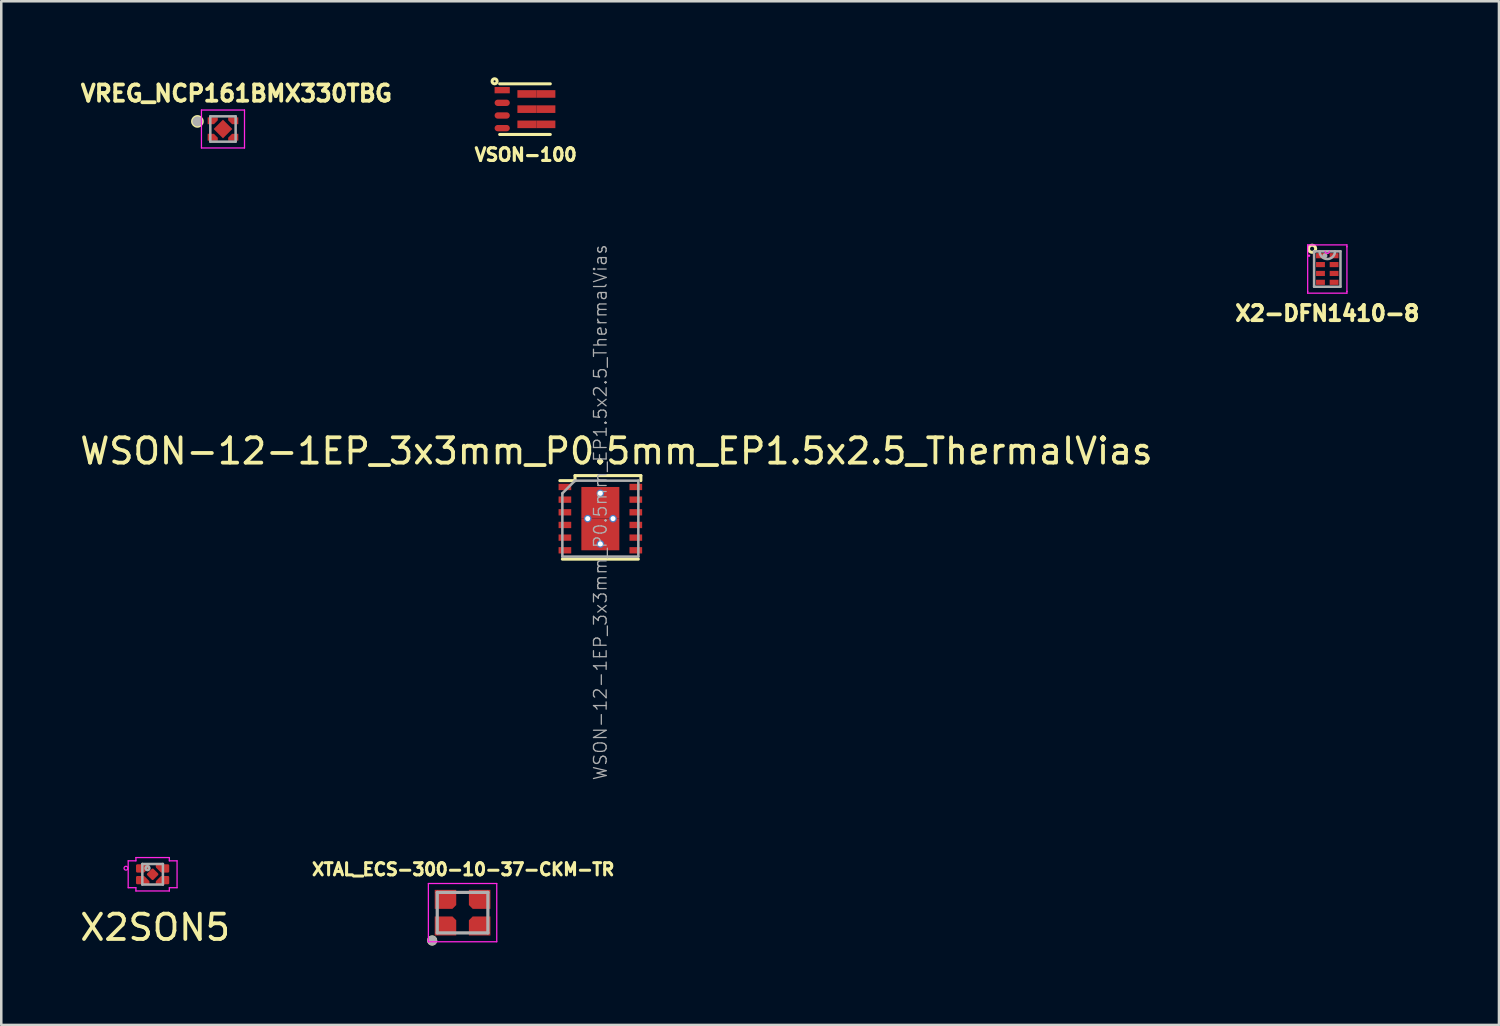
<source format=kicad_pcb>
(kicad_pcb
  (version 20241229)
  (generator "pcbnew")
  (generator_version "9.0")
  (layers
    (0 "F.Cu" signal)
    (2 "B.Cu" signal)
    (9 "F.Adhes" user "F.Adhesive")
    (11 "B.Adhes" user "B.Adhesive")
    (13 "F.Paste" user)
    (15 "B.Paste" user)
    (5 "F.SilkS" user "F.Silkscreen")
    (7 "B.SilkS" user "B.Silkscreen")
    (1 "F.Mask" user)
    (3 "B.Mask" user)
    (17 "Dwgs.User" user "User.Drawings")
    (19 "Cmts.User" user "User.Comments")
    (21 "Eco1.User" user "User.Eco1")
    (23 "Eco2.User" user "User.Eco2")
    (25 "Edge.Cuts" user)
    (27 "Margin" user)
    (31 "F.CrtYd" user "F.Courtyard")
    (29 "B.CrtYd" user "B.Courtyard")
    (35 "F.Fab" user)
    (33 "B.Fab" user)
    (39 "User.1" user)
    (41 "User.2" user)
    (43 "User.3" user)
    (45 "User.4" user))
  (footprint "X2SON5"
    (layer "F.Cu")
    (at 2.977 31.474)
    (property "Reference" "X2SON5" (at 0.1 2.1 0) (layer "F.SilkS") (effects (font (size 1 1) (thickness 0.15))))
    (fp_poly (pts (xy 0 -0.177) (xy -0.177 0) (xy 0 0.177) (xy 0.177 0)) (stroke (width 0.1) (type solid)) (fill yes) (layer "F.Cu"))
    (fp_poly (pts (xy -0.606 -0.345) (xy -0.606 -0.117) (xy -0.352 -0.117) (xy -0.174 -0.295) (xy -0.174 -0.345)) (stroke (width 0.1) (type solid)) (fill yes) (layer "F.Cu"))
    (fp_poly (pts (xy -0.606 0.117) (xy -0.606 0.345) (xy -0.174 0.345) (xy -0.174 0.295) (xy -0.352 0.117)) (stroke (width 0.1) (type solid)) (fill yes) (layer "F.Cu"))
    (fp_poly (pts (xy 0.174 -0.345) (xy 0.174 -0.295) (xy 0.352 -0.117) (xy 0.606 -0.117) (xy 0.606 -0.345)) (stroke (width 0.1) (type solid)) (fill yes) (layer "F.Cu"))
    (fp_poly (pts (xy 0.606 0.117) (xy 0.606 0.345) (xy 0.174 0.345) (xy 0.174 0.295) (xy 0.352 0.117)) (stroke (width 0.1) (type solid)) (fill yes) (layer "F.Cu"))
    (fp_poly (pts (xy 0 -0.227) (xy -0.227 0) (xy 0 0.227) (xy 0.227 0)) (stroke (width 0.1) (type solid)) (fill yes) (layer "F.Mask"))
    (fp_poly (pts (xy -0.656 -0.395) (xy -0.656 -0.067) (xy -0.327 -0.067) (xy -0.124 -0.27) (xy -0.124 -0.395)) (stroke (width 0.1) (type solid)) (fill yes) (layer "F.Mask"))
    (fp_poly (pts (xy -0.656 0.067) (xy -0.656 0.395) (xy -0.124 0.395) (xy -0.124 0.27) (xy -0.327 0.067)) (stroke (width 0.1) (type solid)) (fill yes) (layer "F.Mask"))
    (fp_poly (pts (xy 0.124 -0.395) (xy 0.124 -0.27) (xy 0.327 -0.067) (xy 0.656 -0.067) (xy 0.656 -0.395)) (stroke (width 0.1) (type solid)) (fill yes) (layer "F.Mask"))
    (fp_poly (pts (xy 0.656 0.067) (xy 0.656 0.395) (xy 0.124 0.395) (xy 0.124 0.27) (xy 0.327 0.067)) (stroke (width 0.1) (type solid)) (fill yes) (layer "F.Mask"))
    (fp_poly (pts (xy 0 -0.177) (xy -0.177 0) (xy 0 0.177) (xy 0.177 0)) (stroke (width 0.1) (type solid)) (fill yes) (layer "F.Paste"))
    (fp_poly (pts (xy -0.606 -0.345) (xy -0.606 -0.117) (xy -0.352 -0.117) (xy -0.174 -0.295) (xy -0.174 -0.345)) (stroke (width 0.1) (type solid)) (fill yes) (layer "F.Paste"))
    (fp_poly (pts (xy -0.606 0.117) (xy -0.606 0.345) (xy -0.174 0.345) (xy -0.174 0.295) (xy -0.352 0.117)) (stroke (width 0.1) (type solid)) (fill yes) (layer "F.Paste"))
    (fp_poly (pts (xy 0.174 -0.345) (xy 0.174 -0.295) (xy 0.352 -0.117) (xy 0.606 -0.117) (xy 0.606 -0.345)) (stroke (width 0.1) (type solid)) (fill yes) (layer "F.Paste"))
    (fp_poly (pts (xy 0.606 0.117) (xy 0.606 0.345) (xy 0.174 0.345) (xy 0.174 0.295) (xy 0.352 0.117)) (stroke (width 0.1) (type solid)) (fill yes) (layer "F.Paste"))
    (fp_line (start -0.965 -0.531) (end -0.66 -0.531) (stroke (width 0.05) (type solid)) (layer "F.CrtYd"))
    (fp_line (start -0.965 0.531) (end -0.965 -0.531) (stroke (width 0.05) (type solid)) (layer "F.CrtYd"))
    (fp_line (start -0.66 -0.66) (end 0.66 -0.66) (stroke (width 0.05) (type solid)) (layer "F.CrtYd"))
    (fp_line (start -0.66 -0.531) (end -0.66 -0.66) (stroke (width 0.05) (type solid)) (layer "F.CrtYd"))
    (fp_line (start -0.66 0.531) (end -0.965 0.531) (stroke (width 0.05) (type solid)) (layer "F.CrtYd"))
    (fp_line (start -0.66 0.66) (end -0.66 0.531) (stroke (width 0.05) (type solid)) (layer "F.CrtYd"))
    (fp_line (start 0.66 -0.66) (end 0.66 -0.531) (stroke (width 0.05) (type solid)) (layer "F.CrtYd"))
    (fp_line (start 0.66 -0.531) (end 0.965 -0.531) (stroke (width 0.05) (type solid)) (layer "F.CrtYd"))
    (fp_line (start 0.66 0.531) (end 0.66 0.66) (stroke (width 0.05) (type solid)) (layer "F.CrtYd"))
    (fp_line (start 0.66 0.66) (end -0.66 0.66) (stroke (width 0.05) (type solid)) (layer "F.CrtYd"))
    (fp_line (start 0.965 -0.531) (end 0.965 0.531) (stroke (width 0.05) (type solid)) (layer "F.CrtYd"))
    (fp_line (start 0.965 0.531) (end 0.66 0.531) (stroke (width 0.05) (type solid)) (layer "F.CrtYd"))
    (fp_circle (center -1.053 -0.24) (end -0.977 -0.24) (stroke (width 0.05) (type solid)) (fill no) (layer "F.CrtYd"))
    (fp_line (start -0.406 -0.406) (end -0.406 0.406) (stroke (width 0.1) (type solid)) (layer "F.Fab"))
    (fp_line (start -0.406 0.406) (end 0.406 0.406) (stroke (width 0.1) (type solid)) (layer "F.Fab"))
    (fp_line (start 0.406 -0.406) (end -0.406 -0.406) (stroke (width 0.1) (type solid)) (layer "F.Fab"))
    (fp_line (start 0.406 0.406) (end 0.406 -0.406) (stroke (width 0.1) (type solid)) (layer "F.Fab"))
    (fp_circle (center -0.203 -0.24) (end -0.127 -0.24) (stroke (width 0.1) (type solid)) (fill no) (layer "F.Fab"))
    (pad "1" smd rect (at -0.394 -0.24) (size 0.025 0.025) (layers "F.Cu" "F.Mask" "F.Paste"))
    (pad "2" smd rect (at -0.394 0.24) (size 0.025 0.025) (layers "F.Cu" "F.Mask" "F.Paste"))
    (pad "3" smd rect (at 0 0 45) (size 0.025 0.025) (layers "F.Cu" "F.Mask" "F.Paste"))
    (pad "4" smd rect (at 0.394 0.24) (size 0.025 0.025) (layers "F.Cu" "F.Mask" "F.Paste"))
    (pad "5" smd rect (at 0.394 -0.24) (size 0.025 0.025) (layers "F.Cu" "F.Mask" "F.Paste")))
  (footprint "VREG_NCP161BMX330TBG"
    (layer "F.Cu")
    (at 5.755 2.044)
    (property "Reference" "VREG_NCP161BMX330TBG" (at 0.532 -1.406 0) (layer "F.SilkS") (effects (font (size 0.64 0.64) (thickness 0.15))))
    (attr smd)
    (fp_circle (center -1.01 -0.3) (end -0.86 -0.3) (stroke (width 0.2) (type solid)) (fill no) (layer "F.SilkS"))
    (fp_poly (pts (xy -0.6 -0.455) (xy -0.21 -0.455) (xy -0.21 -0.345) (xy -0.36 -0.195) (xy -0.6 -0.195)) (stroke (width 0.01) (type solid)) (fill yes) (layer "F.Paste"))
    (fp_poly (pts (xy -0.6 0.455) (xy -0.21 0.455) (xy -0.21 0.345) (xy -0.36 0.195) (xy -0.6 0.195)) (stroke (width 0.01) (type solid)) (fill yes) (layer "F.Paste"))
    (fp_poly (pts (xy 0.6 -0.455) (xy 0.21 -0.455) (xy 0.21 -0.345) (xy 0.36 -0.195) (xy 0.6 -0.195)) (stroke (width 0.01) (type solid)) (fill yes) (layer "F.Paste"))
    (fp_poly (pts (xy 0.6 0.455) (xy 0.21 0.455) (xy 0.21 0.345) (xy 0.36 0.195) (xy 0.6 0.195)) (stroke (width 0.01) (type solid)) (fill yes) (layer "F.Paste"))
    (fp_line (start -0.85 -0.75) (end 0.85 -0.75) (stroke (width 0.05) (type solid)) (layer "F.CrtYd"))
    (fp_line (start -0.85 0.75) (end -0.85 -0.75) (stroke (width 0.05) (type solid)) (layer "F.CrtYd"))
    (fp_line (start 0.85 -0.75) (end 0.85 0.75) (stroke (width 0.05) (type solid)) (layer "F.CrtYd"))
    (fp_line (start 0.85 0.75) (end -0.85 0.75) (stroke (width 0.05) (type solid)) (layer "F.CrtYd"))
    (fp_line (start -0.5 -0.5) (end -0.5 0.5) (stroke (width 0.1) (type solid)) (layer "F.Fab"))
    (fp_line (start -0.5 0.5) (end 0.5 0.5) (stroke (width 0.1) (type solid)) (layer "F.Fab"))
    (fp_line (start 0.5 -0.5) (end -0.5 -0.5) (stroke (width 0.1) (type solid)) (layer "F.Fab"))
    (fp_line (start 0.5 0.5) (end 0.5 -0.5) (stroke (width 0.1) (type solid)) (layer "F.Fab"))
    (fp_circle (center -1.01 -0.3) (end -0.91 -0.3) (stroke (width 0.2) (type solid)) (fill no) (layer "F.Fab"))
    (pad "1" smd custom (at -0.405 -0.325) (size 0.1 0.1) (layers "F.Cu" "F.Paste") (options (anchor rect)) (primitives (gr_poly (pts (xy -0.195 -0.13) (xy 0.195 -0.13) (xy 0.195 -0.02) (xy 0.045 0.13) (xy -0.195 0.13)) (width 0.01) (fill yes))))
    (pad "2" smd custom (at -0.405 0.325) (size 0.1 0.1) (layers "F.Cu" "F.Paste") (options (anchor rect)) (primitives (gr_poly (pts (xy -0.195 0.13) (xy 0.195 0.13) (xy 0.195 0.02) (xy 0.045 -0.13) (xy -0.195 -0.13)) (width 0.01) (fill yes))))
    (pad "3" smd custom (at 0.405 0.325) (size 0.1 0.1) (layers "F.Cu" "F.Paste") (options (anchor rect)) (primitives (gr_poly (pts (xy 0.195 0.13) (xy -0.195 0.13) (xy -0.195 0.02) (xy -0.045 -0.13) (xy 0.195 -0.13)) (width 0.01) (fill yes))))
    (pad "4" smd custom (at 0.405 -0.325) (size 0.1 0.1) (layers "F.Cu" "F.Paste") (options (anchor rect)) (primitives (gr_poly (pts (xy 0.195 -0.13) (xy -0.195 -0.13) (xy -0.195 -0.02) (xy -0.045 0.13) (xy 0.195 0.13)) (width 0.01) (fill yes))))
    (pad "5" smd rect (at 0 0 45) (size 0.52 0.52) (layers "F.Cu" "F.Paste")))
  (footprint "VSON-100"
    (layer "F.Cu")
    (at 17.681 1.26)
    (property "Reference" "VSON-100" (at 0.03 1.8 0) (layer "F.SilkS") (effects (font (size 0.5 0.5) (thickness 0.125))))
    (attr smd)
    (fp_line (start -1 -1) (end 1 -1) (stroke (width 0.12) (type solid)) (layer "F.SilkS"))
    (fp_line (start 1 1) (end -1 1) (stroke (width 0.12) (type solid)) (layer "F.SilkS"))
    (fp_circle (center -1.2 -1.1) (end -1.1 -1.1) (stroke (width 0.12) (type solid)) (fill no) (layer "F.SilkS"))
    (fp_line (start -1 -0.7) (end -0.7 -1) (stroke (width 0.12) (type solid)) (layer "Eco2.User"))
    (fp_line (start -1 1) (end -1 -0.7) (stroke (width 0.12) (type solid)) (layer "Eco2.User"))
    (fp_line (start -0.7 -1) (end 1 -1) (stroke (width 0.12) (type solid)) (layer "Eco2.User"))
    (fp_line (start 1 -1) (end 1 1) (stroke (width 0.12) (type solid)) (layer "Eco2.User"))
    (fp_line (start 1 1) (end -1 1) (stroke (width 0.12) (type solid)) (layer "Eco2.User"))
    (pad "1" smd rect (at -0.9 -0.75) (size 0.6 0.25) (layers "F.Cu" "F.Mask" "F.Paste"))
    (pad "2" smd oval (at -0.9 -0.25) (size 0.6 0.25) (layers "F.Cu" "F.Mask" "F.Paste"))
    (pad "3" smd oval (at -0.9 0.25) (size 0.6 0.25) (layers "F.Cu" "F.Mask" "F.Paste"))
    (pad "4" smd oval (at -0.9 0.75) (size 0.6 0.25) (layers "F.Cu" "F.Mask" "F.Paste"))
    (pad "5" smd rect (at 0.075 0.6) (size 0.75 0.3) (layers "F.Cu" "F.Mask" "F.Paste"))
    (pad "5" smd rect (at 0.825 0.6) (size 0.75 0.3) (layers "F.Cu" "F.Mask" "F.Paste"))
    (pad "6" smd rect (at 0.075 0) (size 0.75 0.3) (layers "F.Cu" "F.Mask" "F.Paste"))
    (pad "6" smd rect (at 0.825 0) (size 0.75 0.3) (layers "F.Cu" "F.Mask" "F.Paste"))
    (pad "7" smd rect (at 0.075 -0.6) (size 0.75 0.3) (layers "F.Cu" "F.Mask" "F.Paste"))
    (pad "7" smd rect (at 0.825 -0.6) (size 0.75 0.3) (layers "F.Cu" "F.Mask" "F.Paste")))
  (footprint "XTAL_ECS-300-10-37-CKM-TR"
    (layer "F.Cu")
    (at 15.216 32.989)
    (property "Reference" "XTAL_ECS-300-10-37-CKM-TR" (at 0.024 -1.708 0) (layer "F.SilkS") (effects (font (size 0.481 0.481) (thickness 0.12))))
    (attr smd)
    (fp_circle (center -1.2 1.1) (end -1.1 1.1) (stroke (width 0.2) (type solid)) (fill no) (layer "F.SilkS"))
    (fp_line (start -1.35 -1.15) (end -1.35 1.15) (stroke (width 0.05) (type solid)) (layer "F.CrtYd"))
    (fp_line (start -1.35 1.15) (end 1.35 1.15) (stroke (width 0.05) (type solid)) (layer "F.CrtYd"))
    (fp_line (start 1.35 -1.15) (end -1.35 -1.15) (stroke (width 0.05) (type solid)) (layer "F.CrtYd"))
    (fp_line (start 1.35 1.15) (end 1.35 -1.15) (stroke (width 0.05) (type solid)) (layer "F.CrtYd"))
    (fp_line (start -1 -0.8) (end -1 0.8) (stroke (width 0.127) (type solid)) (layer "F.Fab"))
    (fp_line (start -1 0.8) (end 1 0.8) (stroke (width 0.127) (type solid)) (layer "F.Fab"))
    (fp_line (start 1 -0.8) (end -1 -0.8) (stroke (width 0.127) (type solid)) (layer "F.Fab"))
    (fp_line (start 1 0.8) (end 1 -0.8) (stroke (width 0.127) (type solid)) (layer "F.Fab"))
    (fp_circle (center -1.2 1.1) (end -1.1 1.1) (stroke (width 0.2) (type solid)) (fill no) (layer "F.Fab"))
    (pad "1" smd roundrect (at -0.675 0.525) (size 0.85 0.75) (layers "F.Cu" "F.Mask" "F.Paste") (roundrect_rratio 0) (chamfer_ratio 0.2) (chamfer top_right))
    (pad "2" smd roundrect (at 0.675 0.525) (size 0.85 0.75) (layers "F.Cu" "F.Mask" "F.Paste") (roundrect_rratio 0) (chamfer_ratio 0.2) (chamfer top_left))
    (pad "3" smd roundrect (at 0.675 -0.525) (size 0.85 0.75) (layers "F.Cu" "F.Mask" "F.Paste") (roundrect_rratio 0) (chamfer_ratio 0.2) (chamfer bottom_left))
    (pad "4" smd roundrect (at -0.675 -0.525) (size 0.85 0.75) (layers "F.Cu" "F.Mask" "F.Paste") (roundrect_rratio 0) (chamfer_ratio 0.2) (chamfer bottom_right)))
  (footprint "WSON-12-1EP_3x3mm_P0.5mm_EP1.5x2.5_ThermalVias"
    (layer "F.Cu")
    (at 20.657 17.43)
    (property "Reference" "WSON-12-1EP_3x3mm_P0.5mm_EP1.5x2.5_ThermalVias" (at 0.635 -2.667 0) (layer "F.SilkS") (effects (font (size 1 1) (thickness 0.15))))
    (attr smd)
    (fp_line (start -1 -1.7) (end -1 -1.5) (stroke (width 0.12) (type solid)) (layer "F.SilkS"))
    (fp_line (start -1 -1.7) (end 1.6 -1.7) (stroke (width 0.12) (type solid)) (layer "F.SilkS"))
    (fp_line (start -1 -1.5) (end -1.6 -1.5) (stroke (width 0.12) (type solid)) (layer "F.SilkS"))
    (fp_line (start 1.5 1.6) (end -1.5 1.6) (stroke (width 0.12) (type solid)) (layer "F.SilkS"))
    (fp_line (start 1.6 -1.7) (end 1.6 -1.5) (stroke (width 0.12) (type solid)) (layer "F.SilkS"))
    (fp_line (start -1.5 -1) (end -1 -1.5) (stroke (width 0.1) (type solid)) (layer "F.Fab"))
    (fp_line (start -1.5 1.5) (end -1.5 -1) (stroke (width 0.1) (type solid)) (layer "F.Fab"))
    (fp_line (start -1 -1.5) (end 1.5 -1.5) (stroke (width 0.1) (type solid)) (layer "F.Fab"))
    (fp_line (start 1.5 -1.5) (end 1.5 1.5) (stroke (width 0.1) (type solid)) (layer "F.Fab"))
    (fp_line (start 1.5 1.5) (end -1.5 1.5) (stroke (width 0.1) (type solid)) (layer "F.Fab"))
    (fp_text user "${REFERENCE}" (at 0 -0.25 90) (layer "F.Fab") (effects (font (size 0.5 0.5) (thickness 0.05))))
    (pad "1" smd rect (at -1.4 -1.25) (size 0.5 0.25) (layers "F.Cu" "F.Mask" "F.Paste"))
    (pad "2" smd rect (at -1.4 -0.75) (size 0.5 0.25) (layers "F.Cu" "F.Mask" "F.Paste"))
    (pad "3" smd rect (at -1.4 -0.25) (size 0.5 0.25) (layers "F.Cu" "F.Mask" "F.Paste"))
    (pad "4" smd rect (at -1.4 0.25) (size 0.5 0.25) (layers "F.Cu" "F.Mask" "F.Paste"))
    (pad "5" smd rect (at -1.4 0.75) (size 0.5 0.25) (layers "F.Cu" "F.Mask" "F.Paste"))
    (pad "6" smd rect (at -1.4 1.25) (size 0.5 0.25) (layers "F.Cu" "F.Mask" "F.Paste"))
    (pad "7" smd rect (at 1.4 1.25) (size 0.5 0.25) (layers "F.Cu" "F.Mask" "F.Paste"))
    (pad "8" smd rect (at 1.4 0.75) (size 0.5 0.25) (layers "F.Cu" "F.Mask" "F.Paste"))
    (pad "9" smd rect (at 1.4 0.25) (size 0.5 0.25) (layers "F.Cu" "F.Mask" "F.Paste"))
    (pad "10" smd rect (at 1.4 -0.25) (size 0.5 0.25) (layers "F.Cu" "F.Mask" "F.Paste"))
    (pad "11" smd rect (at 1.4 -0.75) (size 0.5 0.25) (layers "F.Cu" "F.Mask" "F.Paste"))
    (pad "12" smd rect (at 1.4 -1.25) (size 0.5 0.25) (layers "F.Cu" "F.Mask" "F.Paste"))
    (pad "13" thru_hole circle (at -0.5 0) (size 0.3 0.3) (drill 0.2) (layers "*.Cu"))
    (pad "13" thru_hole circle (at 0 -1 90) (size 0.3 0.3) (drill 0.2) (layers "*.Cu"))
    (pad "13" smd rect (at 0 -0.625) (size 1.5 1.25) (layers "F.Cu" "F.Mask" "F.Paste"))
    (pad "13" smd rect (at 0 0.625) (size 1.5 1.25) (layers "F.Cu" "F.Mask" "F.Paste"))
    (pad "13" thru_hole circle (at 0 1) (size 0.3 0.3) (drill 0.2) (layers "*.Cu"))
    (pad "13" thru_hole circle (at 0.5 0) (size 0.3 0.3) (drill 0.2) (layers "*.Cu")))
  (footprint "X2-DFN1410-8"
    (layer "F.Cu")
    (at 49.363 7.573)
    (property "Reference" "X2-DFN1410-8" (at 0 1.75 0) (layer "F.SilkS") (effects (font (size 0.6 0.6) (thickness 0.15))))
    (attr through_hole)
    (fp_circle (center -0.6 -0.8) (end -0.5 -0.7) (stroke (width 0.12) (type solid)) (fill no) (layer "F.SilkS"))
    (fp_line (start -0.775 -0.953) (end 0.775 -0.953) (stroke (width 0.05) (type solid)) (layer "F.CrtYd"))
    (fp_line (start -0.775 -0.881) (end -0.775 -0.953) (stroke (width 0.05) (type solid)) (layer "F.CrtYd"))
    (fp_line (start -0.775 -0.881) (end -0.775 -0.881) (stroke (width 0.05) (type solid)) (layer "F.CrtYd"))
    (fp_line (start -0.775 0.881) (end -0.775 -0.881) (stroke (width 0.05) (type solid)) (layer "F.CrtYd"))
    (fp_line (start -0.775 0.881) (end -0.775 0.881) (stroke (width 0.05) (type solid)) (layer "F.CrtYd"))
    (fp_line (start -0.775 0.953) (end -0.775 0.881) (stroke (width 0.05) (type solid)) (layer "F.CrtYd"))
    (fp_line (start 0.775 -0.953) (end 0.775 -0.881) (stroke (width 0.05) (type solid)) (layer "F.CrtYd"))
    (fp_line (start 0.775 -0.881) (end 0.775 -0.881) (stroke (width 0.05) (type solid)) (layer "F.CrtYd"))
    (fp_line (start 0.775 -0.881) (end 0.775 0.881) (stroke (width 0.05) (type solid)) (layer "F.CrtYd"))
    (fp_line (start 0.775 0.881) (end 0.775 0.881) (stroke (width 0.05) (type solid)) (layer "F.CrtYd"))
    (fp_line (start 0.775 0.881) (end 0.775 0.953) (stroke (width 0.05) (type solid)) (layer "F.CrtYd"))
    (fp_line (start 0.775 0.953) (end -0.775 0.953) (stroke (width 0.05) (type solid)) (layer "F.CrtYd"))
    (fp_arc (start 0.086783 -0.6985) (mid 0 -0.611717) (end -0.086783 -0.6985) (stroke (width 0.05) (type solid)) (layer "F.CrtYd"))
    (fp_circle (center -0.721 -0.525) (end -0.721 -0.525) (stroke (width 0.05) (type solid)) (fill no) (layer "F.CrtYd"))
    (fp_line (start -0.521 -0.699) (end -0.521 0.699) (stroke (width 0.1) (type solid)) (layer "F.Fab"))
    (fp_line (start -0.521 0.699) (end 0.521 0.699) (stroke (width 0.1) (type solid)) (layer "F.Fab"))
    (fp_line (start 0.521 -0.699) (end -0.521 -0.699) (stroke (width 0.1) (type solid)) (layer "F.Fab"))
    (fp_line (start 0.521 0.699) (end 0.521 -0.699) (stroke (width 0.1) (type solid)) (layer "F.Fab"))
    (fp_arc (start 0.3048 -0.6985) (mid 0 -0.3937) (end -0.3048 -0.6985) (stroke (width 0.1) (type solid)) (layer "F.Fab"))
    (fp_circle (center -0.095 -0.525) (end -0.095 -0.525) (stroke (width 0.1) (type solid)) (fill no) (layer "F.Fab"))
    (pad "1" smd rect (at -0.241 -0.525) (size 0.406 0.203) (layers "F.Cu" "F.Mask" "F.Paste"))
    (pad "2" smd rect (at -0.269 -0.175) (size 0.35 0.203) (layers "F.Cu" "F.Mask" "F.Paste"))
    (pad "3" smd rect (at -0.269 0.175) (size 0.35 0.203) (layers "F.Cu" "F.Mask" "F.Paste"))
    (pad "4" smd rect (at -0.269 0.525) (size 0.35 0.203) (layers "F.Cu" "F.Mask" "F.Paste"))
    (pad "5" smd rect (at 0.269 0.525) (size 0.35 0.203) (layers "F.Cu" "F.Mask" "F.Paste"))
    (pad "6" smd rect (at 0.269 0.175) (size 0.35 0.203) (layers "F.Cu" "F.Mask" "F.Paste"))
    (pad "7" smd rect (at 0.269 -0.175) (size 0.35 0.203) (layers "F.Cu" "F.Mask" "F.Paste"))
    (pad "8" smd rect (at 0.269 -0.525) (size 0.35 0.203) (layers "F.Cu" "F.Mask" "F.Paste")))
  (gr_rect
    (start -3 -3)
    (end 56.142 37.422)
    (stroke (width 0.1) (type default))
    (fill no)
    (layer "Edge.Cuts")))
</source>
